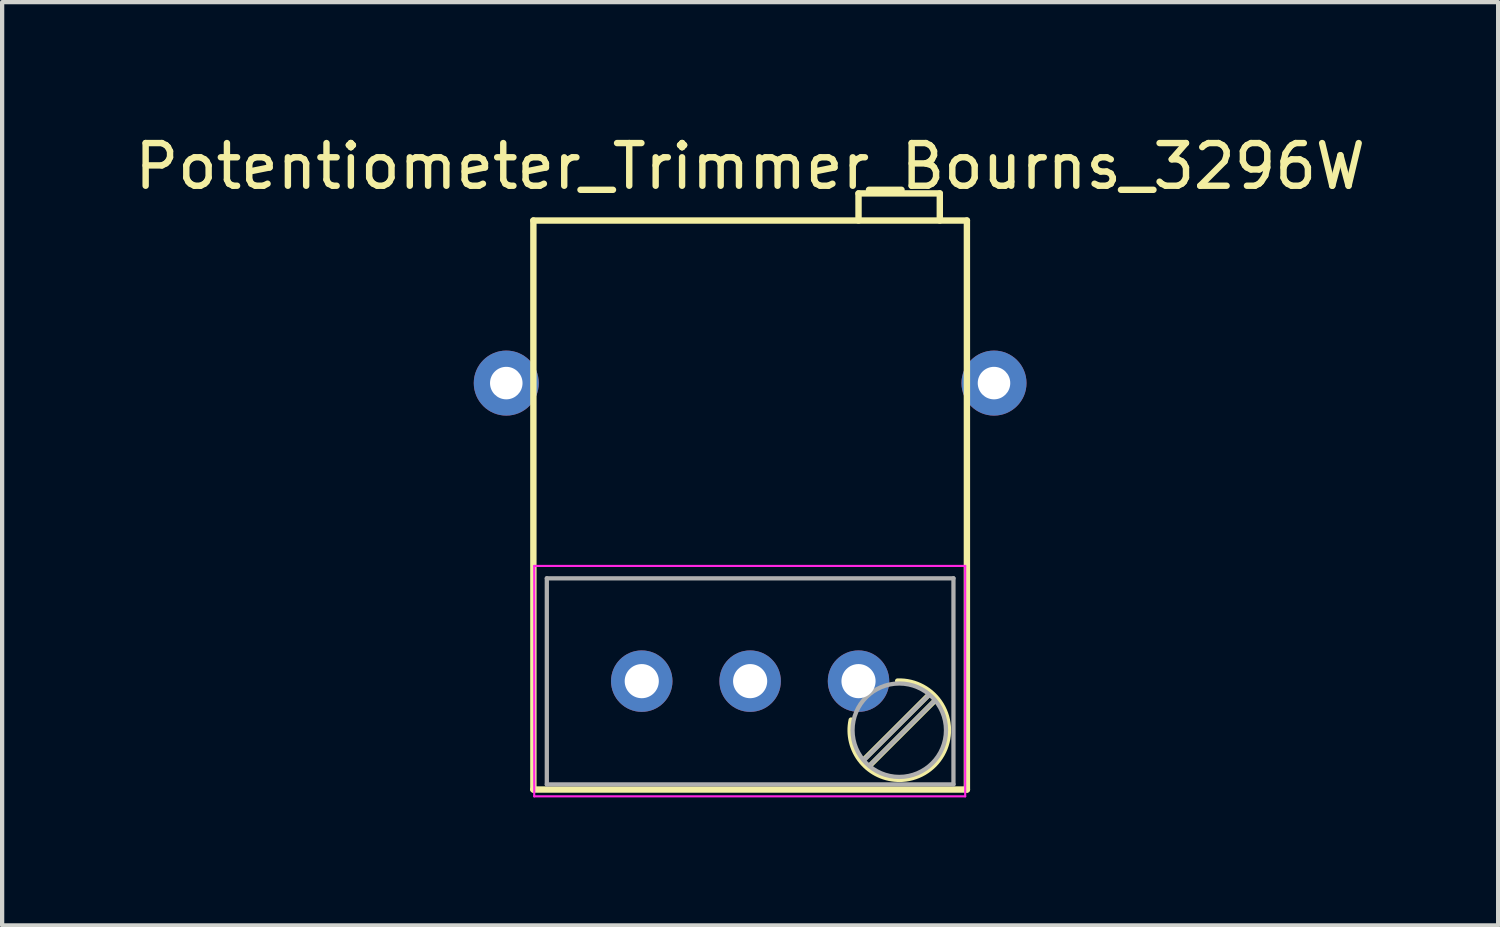
<source format=kicad_pcb>
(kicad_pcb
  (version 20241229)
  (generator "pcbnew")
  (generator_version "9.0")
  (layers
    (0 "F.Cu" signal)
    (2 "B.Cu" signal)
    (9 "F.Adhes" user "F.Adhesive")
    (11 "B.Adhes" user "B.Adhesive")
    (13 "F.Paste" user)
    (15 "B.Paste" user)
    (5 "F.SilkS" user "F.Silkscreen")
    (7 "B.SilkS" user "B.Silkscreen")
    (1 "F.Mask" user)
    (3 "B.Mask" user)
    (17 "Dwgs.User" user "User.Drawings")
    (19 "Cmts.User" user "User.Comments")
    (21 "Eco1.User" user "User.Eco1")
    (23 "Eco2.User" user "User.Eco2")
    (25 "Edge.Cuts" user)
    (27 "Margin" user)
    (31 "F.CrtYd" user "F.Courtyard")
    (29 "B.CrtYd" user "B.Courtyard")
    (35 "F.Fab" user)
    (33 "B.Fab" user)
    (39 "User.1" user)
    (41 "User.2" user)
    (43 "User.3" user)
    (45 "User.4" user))
  (footprint "Potentiometer_Trimmer_Bourns_3296W"
    (layer "F.Cu")
    (at 17.07 12.913)
    (property "Reference" "Potentiometer_Trimmer_Bourns_3296W" (at -2.54 -12.065 0) (layer "F.SilkS") (effects (font (size 1 1) (thickness 0.15))))
    (attr through_hole)
    (fp_line (start -7.62 -10.795) (end -7.62 2.54) (stroke (width 0.15) (type solid)) (layer "F.SilkS"))
    (fp_line (start -7.62 2.54) (end 2.54 2.54) (stroke (width 0.15) (type solid)) (layer "F.SilkS"))
    (fp_line (start 0 -11.43) (end 1.905 -11.43) (stroke (width 0.15) (type solid)) (layer "F.SilkS"))
    (fp_line (start 0 -10.795) (end 0 -11.43) (stroke (width 0.15) (type solid)) (layer "F.SilkS"))
    (fp_line (start 1.691 0.275) (end 0.079 1.885) (stroke (width 0.12) (type solid)) (layer "F.SilkS"))
    (fp_line (start 1.831 0.416) (end 0.22 2.026) (stroke (width 0.12) (type solid)) (layer "F.SilkS"))
    (fp_line (start 1.905 -11.43) (end 1.905 -10.795) (stroke (width 0.15) (type solid)) (layer "F.SilkS"))
    (fp_line (start 2.54 -10.795) (end -7.62 -10.795) (stroke (width 0.15) (type solid)) (layer "F.SilkS"))
    (fp_line (start 2.54 2.54) (end 2.54 -10.795) (stroke (width 0.15) (type solid)) (layer "F.SilkS"))
    (fp_arc (start 0.914691 -0.004296) (mid 2.109824 1.129842) (end 0.955 2.305) (stroke (width 0.12) (type solid)) (layer "F.SilkS"))
    (fp_arc (start 0.975121 2.304052) (mid 0.064355 1.884161) (end -0.174 0.91) (stroke (width 0.12) (type solid)) (layer "F.SilkS"))
    (fp_line (start -7.6 -2.7) (end -7.6 2.7) (stroke (width 0.05) (type solid)) (layer "F.CrtYd"))
    (fp_line (start -7.6 2.7) (end 2.5 2.7) (stroke (width 0.05) (type solid)) (layer "F.CrtYd"))
    (fp_line (start 2.5 -2.7) (end -7.6 -2.7) (stroke (width 0.05) (type solid)) (layer "F.CrtYd"))
    (fp_line (start 2.5 2.7) (end 2.5 -2.7) (stroke (width 0.05) (type solid)) (layer "F.CrtYd"))
    (fp_line (start -7.305 -2.41) (end -7.305 2.42) (stroke (width 0.1) (type solid)) (layer "F.Fab"))
    (fp_line (start -7.305 2.42) (end 2.225 2.42) (stroke (width 0.1) (type solid)) (layer "F.Fab"))
    (fp_line (start 1.652 0.32) (end 0.125 1.847) (stroke (width 0.1) (type solid)) (layer "F.Fab"))
    (fp_line (start 1.786 0.454) (end 0.259 1.981) (stroke (width 0.1) (type solid)) (layer "F.Fab"))
    (fp_line (start 2.225 -2.41) (end -7.305 -2.41) (stroke (width 0.1) (type solid)) (layer "F.Fab"))
    (fp_line (start 2.225 2.42) (end 2.225 -2.41) (stroke (width 0.1) (type solid)) (layer "F.Fab"))
    (fp_circle (center 0.955 1.15) (end 2.05 1.15) (stroke (width 0.1) (type solid)) (fill no) (layer "F.Fab"))
    (pad "" np_thru_hole circle (at -8.255 -6.985) (size 1.524 1.524) (drill 0.762) (layers "*.Cu" "*.Mask"))
    (pad "" np_thru_hole circle (at 3.175 -6.985) (size 1.524 1.524) (drill 0.762) (layers "*.Cu" "*.Mask"))
    (pad "1" thru_hole circle (at 0 0) (size 1.44 1.44) (drill 0.8) (layers "*.Cu" "*.Mask"))
    (pad "2" thru_hole circle (at -2.54 0) (size 1.44 1.44) (drill 0.8) (layers "*.Cu" "*.Mask"))
    (pad "3" thru_hole circle (at -5.08 0) (size 1.44 1.44) (drill 0.8) (layers "*.Cu" "*.Mask")))
  (gr_rect
    (start -3 -3)
    (end 32.06 18.638)
    (stroke (width 0.1) (type default))
    (fill no)
    (layer "Edge.Cuts")))
</source>
